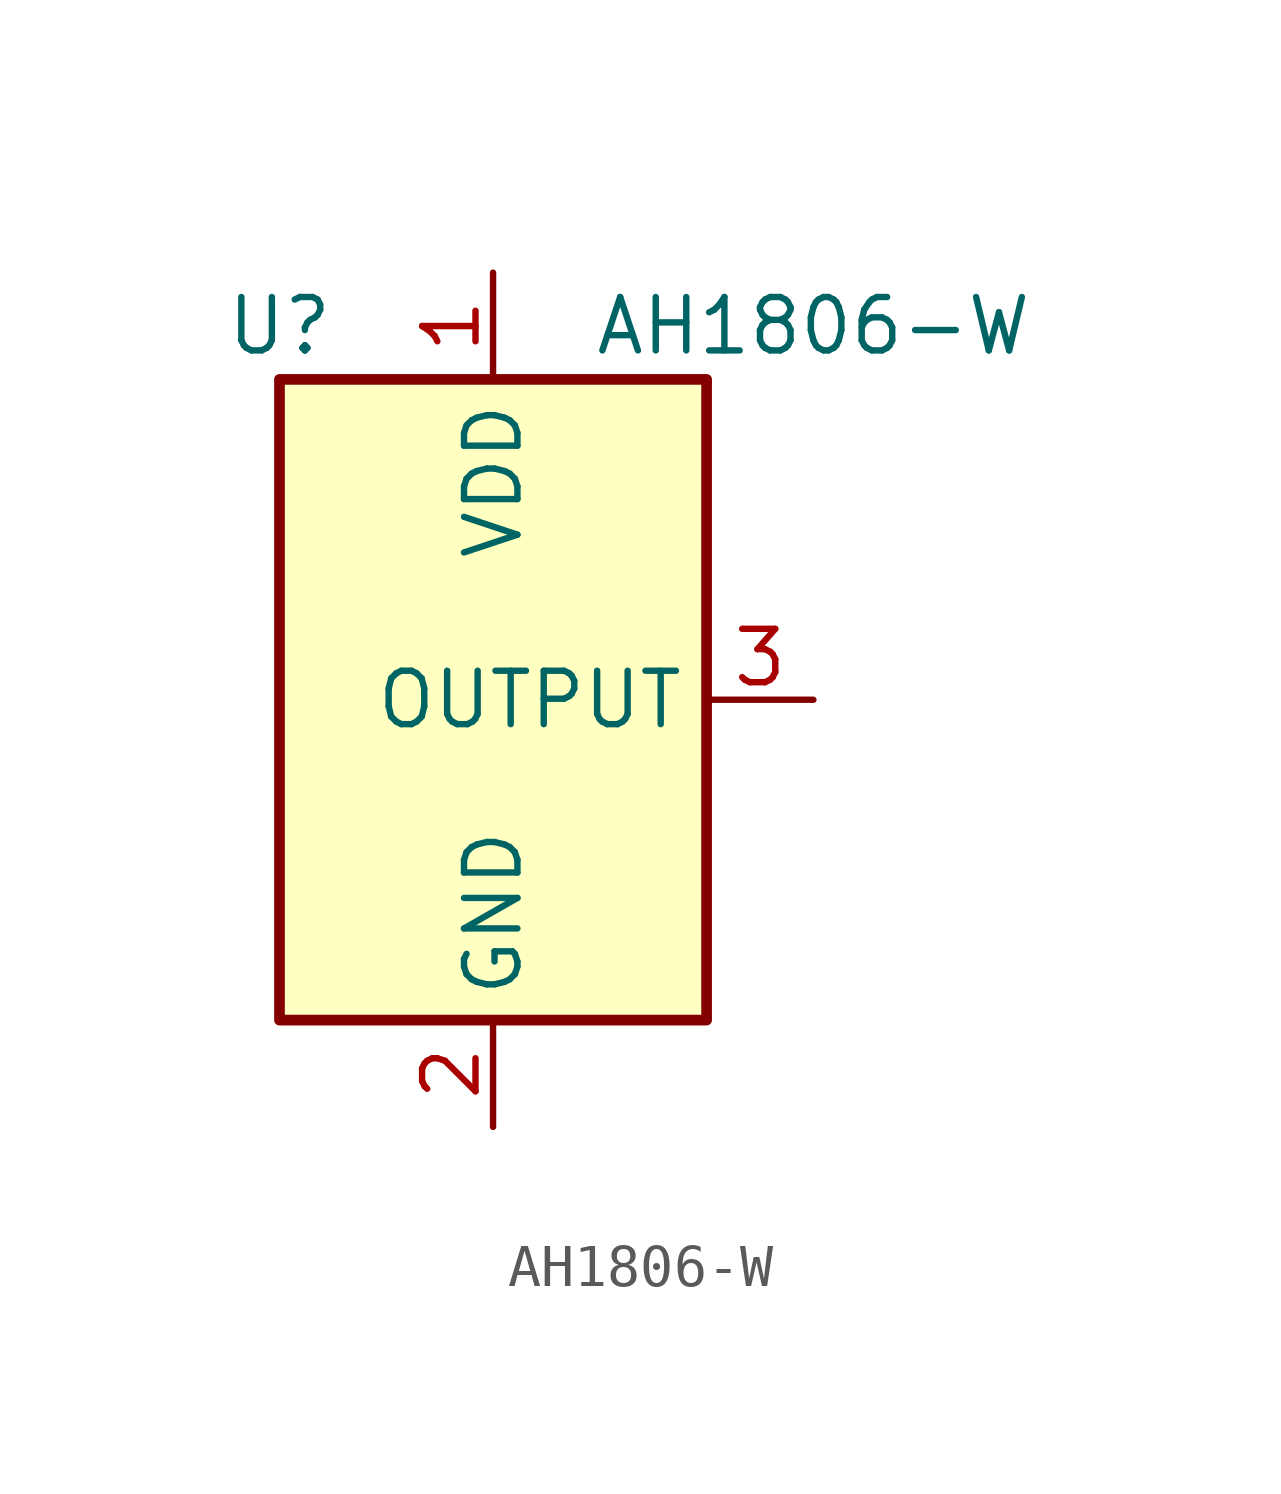
<source format=kicad_sym>
(kicad_symbol_lib
  (version 20211014)
  (generator kicad_symbol_editor)
  (symbol "AH1806-W"
    (property "Reference" "U"
      (at -5.08 8.89 0)
      (effects (font (size 1.27 1.27))))
    (property "Value" "AH1806-W"
      (at 7.62 8.89 0)
      (effects (font (size 1.27 1.27))))
    (symbol "AH1806-W_0_1"
      (rectangle (start 5.08 7.62) (end -5.08 -7.62) (stroke (width 0.254) (type default) (color 0 0 0 0)) (fill (type background))))
    (symbol "AH1806-W_1_1"
      (pin power_in line (at 0 10.16 270) (length 2.54) (name "VDD" (effects (font (size 1.27 1.27)))) (number "1" (effects (font (size 1.27 1.27)))))
      (pin power_in line (at 0 -10.16 90) (length 2.54) (name "GND" (effects (font (size 1.27 1.27)))) (number "2" (effects (font (size 1.27 1.27)))))
      (pin open_collector line (at 7.62 0 180) (length 2.54) (name "OUTPUT" (effects (font (size 1.27 1.27)))) (number "3" (effects (font (size 1.27 1.27))))))))
</source>
